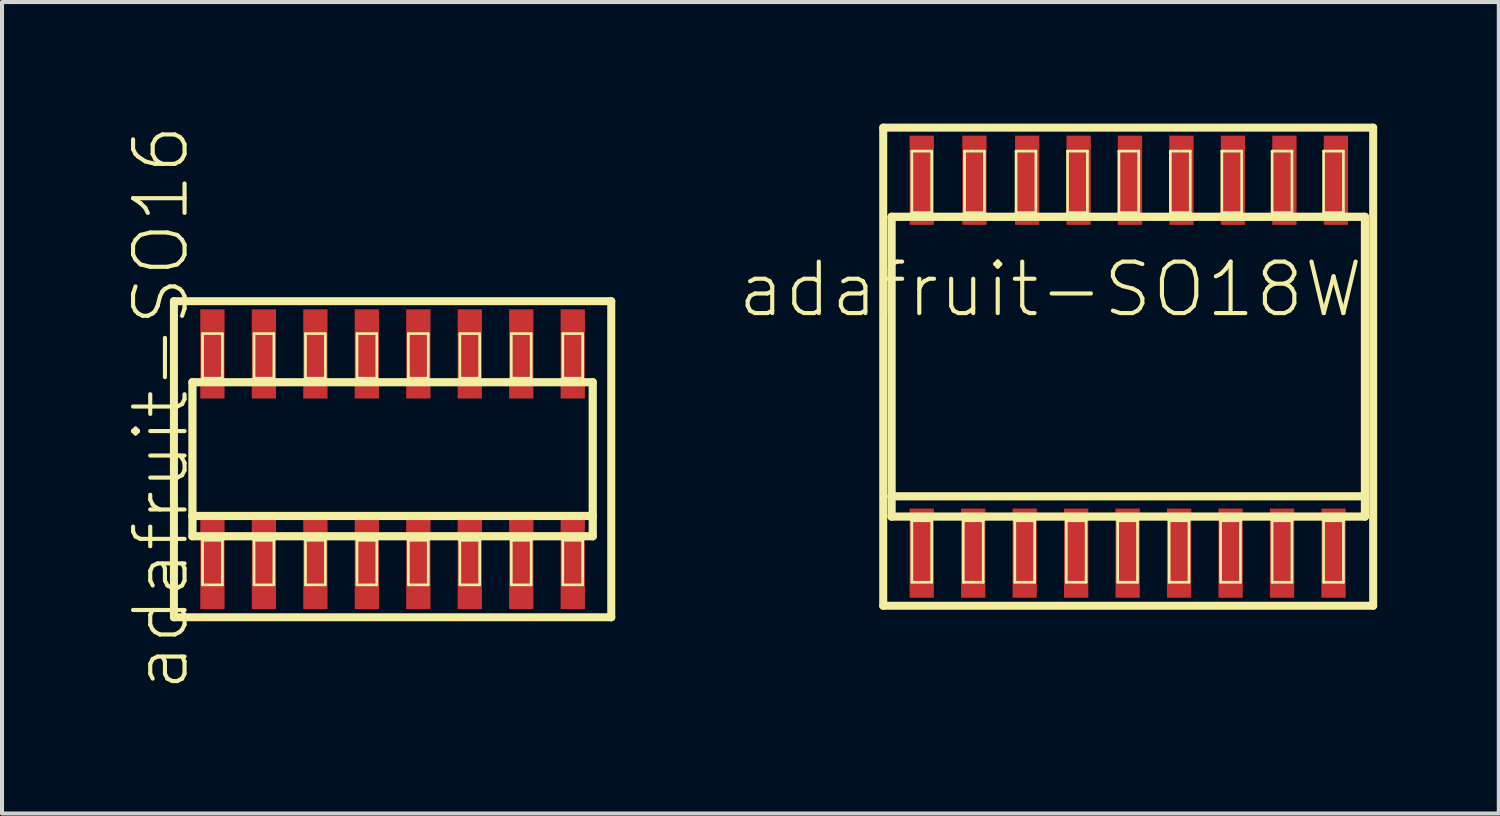
<source format=kicad_pcb>
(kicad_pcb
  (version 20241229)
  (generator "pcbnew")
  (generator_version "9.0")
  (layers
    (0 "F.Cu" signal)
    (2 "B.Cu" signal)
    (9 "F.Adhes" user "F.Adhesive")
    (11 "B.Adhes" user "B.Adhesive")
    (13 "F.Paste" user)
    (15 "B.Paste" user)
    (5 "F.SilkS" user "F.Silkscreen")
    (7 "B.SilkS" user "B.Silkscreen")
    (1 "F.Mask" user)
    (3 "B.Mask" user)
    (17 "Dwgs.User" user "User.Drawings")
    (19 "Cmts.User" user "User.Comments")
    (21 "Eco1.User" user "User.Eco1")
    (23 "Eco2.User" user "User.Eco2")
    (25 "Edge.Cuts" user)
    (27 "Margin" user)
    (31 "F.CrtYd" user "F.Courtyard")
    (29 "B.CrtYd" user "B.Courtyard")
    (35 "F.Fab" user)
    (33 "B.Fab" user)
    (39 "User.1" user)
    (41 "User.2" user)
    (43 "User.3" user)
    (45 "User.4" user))
  (footprint "adafruit-SO16"
    (layer "F.Cu")
    (at 6.636 8.28)
    (property "Reference" "adafruit-SO16" (at -5.715 -1.27 90) (layer "F.SilkS") (effects (font (size 1.27 1.27) (thickness 0.102))))
    (attr smd)
    (fp_line (start -5.395 -3.899) (end 5.395 -3.899) (stroke (width 0.198) (type solid)) (layer "F.SilkS"))
    (fp_line (start -5.395 3.899) (end -5.395 -3.899) (stroke (width 0.198) (type solid)) (layer "F.SilkS"))
    (fp_line (start -4.938 -1.9) (end 4.938 -1.9) (stroke (width 0.203) (type solid)) (layer "F.SilkS"))
    (fp_line (start -4.938 1.4) (end -4.938 -1.9) (stroke (width 0.203) (type solid)) (layer "F.SilkS"))
    (fp_line (start -4.938 1.9) (end -4.938 1.4) (stroke (width 0.203) (type solid)) (layer "F.SilkS"))
    (fp_line (start -4.689 -3.099) (end -4.199 -3.099) (stroke (width 0.066) (type solid)) (layer "F.SilkS"))
    (fp_line (start -4.689 -1.999) (end -4.689 -3.099) (stroke (width 0.066) (type solid)) (layer "F.SilkS"))
    (fp_line (start -4.689 -1.999) (end -4.199 -1.999) (stroke (width 0.066) (type solid)) (layer "F.SilkS"))
    (fp_line (start -4.689 1.999) (end -4.199 1.999) (stroke (width 0.066) (type solid)) (layer "F.SilkS"))
    (fp_line (start -4.689 3.099) (end -4.689 1.999) (stroke (width 0.066) (type solid)) (layer "F.SilkS"))
    (fp_line (start -4.689 3.099) (end -4.199 3.099) (stroke (width 0.066) (type solid)) (layer "F.SilkS"))
    (fp_line (start -4.199 -1.999) (end -4.199 -3.099) (stroke (width 0.066) (type solid)) (layer "F.SilkS"))
    (fp_line (start -4.199 3.099) (end -4.199 1.999) (stroke (width 0.066) (type solid)) (layer "F.SilkS"))
    (fp_line (start -3.419 -3.099) (end -2.929 -3.099) (stroke (width 0.066) (type solid)) (layer "F.SilkS"))
    (fp_line (start -3.419 -1.999) (end -3.419 -3.099) (stroke (width 0.066) (type solid)) (layer "F.SilkS"))
    (fp_line (start -3.419 -1.999) (end -2.929 -1.999) (stroke (width 0.066) (type solid)) (layer "F.SilkS"))
    (fp_line (start -3.419 1.999) (end -2.929 1.999) (stroke (width 0.066) (type solid)) (layer "F.SilkS"))
    (fp_line (start -3.419 3.099) (end -3.419 1.999) (stroke (width 0.066) (type solid)) (layer "F.SilkS"))
    (fp_line (start -3.419 3.099) (end -2.929 3.099) (stroke (width 0.066) (type solid)) (layer "F.SilkS"))
    (fp_line (start -2.929 -1.999) (end -2.929 -3.099) (stroke (width 0.066) (type solid)) (layer "F.SilkS"))
    (fp_line (start -2.929 3.099) (end -2.929 1.999) (stroke (width 0.066) (type solid)) (layer "F.SilkS"))
    (fp_line (start -2.149 -3.099) (end -1.659 -3.099) (stroke (width 0.066) (type solid)) (layer "F.SilkS"))
    (fp_line (start -2.149 -1.999) (end -2.149 -3.099) (stroke (width 0.066) (type solid)) (layer "F.SilkS"))
    (fp_line (start -2.149 -1.999) (end -1.659 -1.999) (stroke (width 0.066) (type solid)) (layer "F.SilkS"))
    (fp_line (start -2.149 1.999) (end -1.659 1.999) (stroke (width 0.066) (type solid)) (layer "F.SilkS"))
    (fp_line (start -2.149 3.099) (end -2.149 1.999) (stroke (width 0.066) (type solid)) (layer "F.SilkS"))
    (fp_line (start -2.149 3.099) (end -1.659 3.099) (stroke (width 0.066) (type solid)) (layer "F.SilkS"))
    (fp_line (start -1.659 -1.999) (end -1.659 -3.099) (stroke (width 0.066) (type solid)) (layer "F.SilkS"))
    (fp_line (start -1.659 3.099) (end -1.659 1.999) (stroke (width 0.066) (type solid)) (layer "F.SilkS"))
    (fp_line (start -0.879 -3.099) (end -0.389 -3.099) (stroke (width 0.066) (type solid)) (layer "F.SilkS"))
    (fp_line (start -0.879 -1.999) (end -0.879 -3.099) (stroke (width 0.066) (type solid)) (layer "F.SilkS"))
    (fp_line (start -0.879 -1.999) (end -0.389 -1.999) (stroke (width 0.066) (type solid)) (layer "F.SilkS"))
    (fp_line (start -0.879 1.999) (end -0.389 1.999) (stroke (width 0.066) (type solid)) (layer "F.SilkS"))
    (fp_line (start -0.879 3.099) (end -0.879 1.999) (stroke (width 0.066) (type solid)) (layer "F.SilkS"))
    (fp_line (start -0.879 3.099) (end -0.389 3.099) (stroke (width 0.066) (type solid)) (layer "F.SilkS"))
    (fp_line (start -0.389 -1.999) (end -0.389 -3.099) (stroke (width 0.066) (type solid)) (layer "F.SilkS"))
    (fp_line (start -0.389 3.099) (end -0.389 1.999) (stroke (width 0.066) (type solid)) (layer "F.SilkS"))
    (fp_line (start 0.389 -3.099) (end 0.879 -3.099) (stroke (width 0.066) (type solid)) (layer "F.SilkS"))
    (fp_line (start 0.389 -1.999) (end 0.389 -3.099) (stroke (width 0.066) (type solid)) (layer "F.SilkS"))
    (fp_line (start 0.389 -1.999) (end 0.879 -1.999) (stroke (width 0.066) (type solid)) (layer "F.SilkS"))
    (fp_line (start 0.389 1.999) (end 0.879 1.999) (stroke (width 0.066) (type solid)) (layer "F.SilkS"))
    (fp_line (start 0.389 3.099) (end 0.389 1.999) (stroke (width 0.066) (type solid)) (layer "F.SilkS"))
    (fp_line (start 0.389 3.099) (end 0.879 3.099) (stroke (width 0.066) (type solid)) (layer "F.SilkS"))
    (fp_line (start 0.879 -1.999) (end 0.879 -3.099) (stroke (width 0.066) (type solid)) (layer "F.SilkS"))
    (fp_line (start 0.879 3.099) (end 0.879 1.999) (stroke (width 0.066) (type solid)) (layer "F.SilkS"))
    (fp_line (start 1.659 -3.099) (end 2.149 -3.099) (stroke (width 0.066) (type solid)) (layer "F.SilkS"))
    (fp_line (start 1.659 -1.999) (end 1.659 -3.099) (stroke (width 0.066) (type solid)) (layer "F.SilkS"))
    (fp_line (start 1.659 -1.999) (end 2.149 -1.999) (stroke (width 0.066) (type solid)) (layer "F.SilkS"))
    (fp_line (start 1.659 1.999) (end 2.149 1.999) (stroke (width 0.066) (type solid)) (layer "F.SilkS"))
    (fp_line (start 1.659 3.099) (end 1.659 1.999) (stroke (width 0.066) (type solid)) (layer "F.SilkS"))
    (fp_line (start 1.659 3.099) (end 2.149 3.099) (stroke (width 0.066) (type solid)) (layer "F.SilkS"))
    (fp_line (start 2.149 -1.999) (end 2.149 -3.099) (stroke (width 0.066) (type solid)) (layer "F.SilkS"))
    (fp_line (start 2.149 3.099) (end 2.149 1.999) (stroke (width 0.066) (type solid)) (layer "F.SilkS"))
    (fp_line (start 2.929 -3.099) (end 3.419 -3.099) (stroke (width 0.066) (type solid)) (layer "F.SilkS"))
    (fp_line (start 2.929 -1.999) (end 2.929 -3.099) (stroke (width 0.066) (type solid)) (layer "F.SilkS"))
    (fp_line (start 2.929 -1.999) (end 3.419 -1.999) (stroke (width 0.066) (type solid)) (layer "F.SilkS"))
    (fp_line (start 2.929 1.999) (end 3.419 1.999) (stroke (width 0.066) (type solid)) (layer "F.SilkS"))
    (fp_line (start 2.929 3.099) (end 2.929 1.999) (stroke (width 0.066) (type solid)) (layer "F.SilkS"))
    (fp_line (start 2.929 3.099) (end 3.419 3.099) (stroke (width 0.066) (type solid)) (layer "F.SilkS"))
    (fp_line (start 3.419 -1.999) (end 3.419 -3.099) (stroke (width 0.066) (type solid)) (layer "F.SilkS"))
    (fp_line (start 3.419 3.099) (end 3.419 1.999) (stroke (width 0.066) (type solid)) (layer "F.SilkS"))
    (fp_line (start 4.199 -3.099) (end 4.689 -3.099) (stroke (width 0.066) (type solid)) (layer "F.SilkS"))
    (fp_line (start 4.199 -1.999) (end 4.199 -3.099) (stroke (width 0.066) (type solid)) (layer "F.SilkS"))
    (fp_line (start 4.199 -1.999) (end 4.689 -1.999) (stroke (width 0.066) (type solid)) (layer "F.SilkS"))
    (fp_line (start 4.199 1.999) (end 4.689 1.999) (stroke (width 0.066) (type solid)) (layer "F.SilkS"))
    (fp_line (start 4.199 3.099) (end 4.199 1.999) (stroke (width 0.066) (type solid)) (layer "F.SilkS"))
    (fp_line (start 4.199 3.099) (end 4.689 3.099) (stroke (width 0.066) (type solid)) (layer "F.SilkS"))
    (fp_line (start 4.689 -1.999) (end 4.689 -3.099) (stroke (width 0.066) (type solid)) (layer "F.SilkS"))
    (fp_line (start 4.689 3.099) (end 4.689 1.999) (stroke (width 0.066) (type solid)) (layer "F.SilkS"))
    (fp_line (start 4.938 -1.9) (end 4.938 1.4) (stroke (width 0.203) (type solid)) (layer "F.SilkS"))
    (fp_line (start 4.938 1.4) (end -4.938 1.4) (stroke (width 0.203) (type solid)) (layer "F.SilkS"))
    (fp_line (start 4.938 1.4) (end 4.938 1.9) (stroke (width 0.203) (type solid)) (layer "F.SilkS"))
    (fp_line (start 4.938 1.9) (end -4.938 1.9) (stroke (width 0.203) (type solid)) (layer "F.SilkS"))
    (fp_line (start 5.395 -3.899) (end 5.395 3.899) (stroke (width 0.198) (type solid)) (layer "F.SilkS"))
    (fp_line (start 5.395 3.899) (end -5.395 3.899) (stroke (width 0.198) (type solid)) (layer "F.SilkS"))
    (pad "1" smd rect (at -4.445 2.598) (size 0.599 2.2) (layers "F.Cu" "F.Mask" "F.Paste"))
    (pad "2" smd rect (at -3.175 2.598) (size 0.599 2.2) (layers "F.Cu" "F.Mask" "F.Paste"))
    (pad "3" smd rect (at -1.905 2.598) (size 0.599 2.2) (layers "F.Cu" "F.Mask" "F.Paste"))
    (pad "4" smd rect (at -0.635 2.598) (size 0.599 2.2) (layers "F.Cu" "F.Mask" "F.Paste"))
    (pad "5" smd rect (at 0.635 2.598) (size 0.599 2.2) (layers "F.Cu" "F.Mask" "F.Paste"))
    (pad "6" smd rect (at 1.905 2.598) (size 0.599 2.2) (layers "F.Cu" "F.Mask" "F.Paste"))
    (pad "7" smd rect (at 3.175 2.598) (size 0.599 2.2) (layers "F.Cu" "F.Mask" "F.Paste"))
    (pad "8" smd rect (at 4.445 2.598) (size 0.599 2.2) (layers "F.Cu" "F.Mask" "F.Paste"))
    (pad "9" smd rect (at 4.445 -2.598) (size 0.599 2.2) (layers "F.Cu" "F.Mask" "F.Paste"))
    (pad "10" smd rect (at 3.175 -2.598) (size 0.599 2.2) (layers "F.Cu" "F.Mask" "F.Paste"))
    (pad "11" smd rect (at 1.905 -2.598) (size 0.599 2.2) (layers "F.Cu" "F.Mask" "F.Paste"))
    (pad "12" smd rect (at 0.635 -2.598) (size 0.599 2.2) (layers "F.Cu" "F.Mask" "F.Paste"))
    (pad "13" smd rect (at -0.635 -2.598) (size 0.599 2.2) (layers "F.Cu" "F.Mask" "F.Paste"))
    (pad "14" smd rect (at -1.905 -2.598) (size 0.599 2.2) (layers "F.Cu" "F.Mask" "F.Paste"))
    (pad "15" smd rect (at -3.175 -2.598) (size 0.599 2.2) (layers "F.Cu" "F.Mask" "F.Paste"))
    (pad "16" smd rect (at -4.445 -2.598) (size 0.599 2.2) (layers "F.Cu" "F.Mask" "F.Paste")))
  (footprint "adafruit-SO18W"
    (layer "F.Cu")
    (at 24.136 5.997)
    (property "Reference" "adafruit-SO18W" (at -1.27 -1.905 0) (layer "F.SilkS") (effects (font (size 1.27 1.27) (thickness 0.102))))
    (attr smd)
    (fp_line (start -5.395 -5.898) (end 6.693 -5.898) (stroke (width 0.198) (type solid)) (layer "F.SilkS"))
    (fp_line (start -5.395 5.898) (end -5.395 -5.898) (stroke (width 0.198) (type solid)) (layer "F.SilkS"))
    (fp_line (start -5.189 -3.698) (end 6.49 -3.698) (stroke (width 0.203) (type solid)) (layer "F.SilkS"))
    (fp_line (start -5.189 3.198) (end -5.189 -3.698) (stroke (width 0.203) (type solid)) (layer "F.SilkS"))
    (fp_line (start -5.189 3.698) (end -5.189 3.198) (stroke (width 0.203) (type solid)) (layer "F.SilkS"))
    (fp_line (start -4.689 -5.319) (end -4.199 -5.319) (stroke (width 0.066) (type solid)) (layer "F.SilkS"))
    (fp_line (start -4.689 -3.8) (end -4.689 -5.319) (stroke (width 0.066) (type solid)) (layer "F.SilkS"))
    (fp_line (start -4.689 -3.8) (end -4.199 -3.8) (stroke (width 0.066) (type solid)) (layer "F.SilkS"))
    (fp_line (start -4.689 3.8) (end -4.199 3.8) (stroke (width 0.066) (type solid)) (layer "F.SilkS"))
    (fp_line (start -4.689 5.319) (end -4.689 3.8) (stroke (width 0.066) (type solid)) (layer "F.SilkS"))
    (fp_line (start -4.689 5.319) (end -4.199 5.319) (stroke (width 0.066) (type solid)) (layer "F.SilkS"))
    (fp_line (start -4.199 -3.8) (end -4.199 -5.319) (stroke (width 0.066) (type solid)) (layer "F.SilkS"))
    (fp_line (start -4.199 5.319) (end -4.199 3.8) (stroke (width 0.066) (type solid)) (layer "F.SilkS"))
    (fp_line (start -3.419 3.8) (end -2.929 3.8) (stroke (width 0.066) (type solid)) (layer "F.SilkS"))
    (fp_line (start -3.419 5.319) (end -3.419 3.8) (stroke (width 0.066) (type solid)) (layer "F.SilkS"))
    (fp_line (start -3.419 5.319) (end -2.929 5.319) (stroke (width 0.066) (type solid)) (layer "F.SilkS"))
    (fp_line (start -3.388 -5.319) (end -2.898 -5.319) (stroke (width 0.066) (type solid)) (layer "F.SilkS"))
    (fp_line (start -3.388 -3.8) (end -3.388 -5.319) (stroke (width 0.066) (type solid)) (layer "F.SilkS"))
    (fp_line (start -3.388 -3.8) (end -2.898 -3.8) (stroke (width 0.066) (type solid)) (layer "F.SilkS"))
    (fp_line (start -2.929 5.319) (end -2.929 3.8) (stroke (width 0.066) (type solid)) (layer "F.SilkS"))
    (fp_line (start -2.898 -3.8) (end -2.898 -5.319) (stroke (width 0.066) (type solid)) (layer "F.SilkS"))
    (fp_line (start -2.149 3.8) (end -1.659 3.8) (stroke (width 0.066) (type solid)) (layer "F.SilkS"))
    (fp_line (start -2.149 5.319) (end -2.149 3.8) (stroke (width 0.066) (type solid)) (layer "F.SilkS"))
    (fp_line (start -2.149 5.319) (end -1.659 5.319) (stroke (width 0.066) (type solid)) (layer "F.SilkS"))
    (fp_line (start -2.118 -5.319) (end -1.628 -5.319) (stroke (width 0.066) (type solid)) (layer "F.SilkS"))
    (fp_line (start -2.118 -3.8) (end -2.118 -5.319) (stroke (width 0.066) (type solid)) (layer "F.SilkS"))
    (fp_line (start -2.118 -3.8) (end -1.628 -3.8) (stroke (width 0.066) (type solid)) (layer "F.SilkS"))
    (fp_line (start -1.659 5.319) (end -1.659 3.8) (stroke (width 0.066) (type solid)) (layer "F.SilkS"))
    (fp_line (start -1.628 -3.8) (end -1.628 -5.319) (stroke (width 0.066) (type solid)) (layer "F.SilkS"))
    (fp_line (start -0.879 3.8) (end -0.389 3.8) (stroke (width 0.066) (type solid)) (layer "F.SilkS"))
    (fp_line (start -0.879 5.319) (end -0.879 3.8) (stroke (width 0.066) (type solid)) (layer "F.SilkS"))
    (fp_line (start -0.879 5.319) (end -0.389 5.319) (stroke (width 0.066) (type solid)) (layer "F.SilkS"))
    (fp_line (start -0.848 -5.319) (end -0.358 -5.319) (stroke (width 0.066) (type solid)) (layer "F.SilkS"))
    (fp_line (start -0.848 -3.8) (end -0.848 -5.319) (stroke (width 0.066) (type solid)) (layer "F.SilkS"))
    (fp_line (start -0.848 -3.8) (end -0.358 -3.8) (stroke (width 0.066) (type solid)) (layer "F.SilkS"))
    (fp_line (start -0.389 5.319) (end -0.389 3.8) (stroke (width 0.066) (type solid)) (layer "F.SilkS"))
    (fp_line (start -0.358 -3.8) (end -0.358 -5.319) (stroke (width 0.066) (type solid)) (layer "F.SilkS"))
    (fp_line (start 0.389 3.8) (end 0.879 3.8) (stroke (width 0.066) (type solid)) (layer "F.SilkS"))
    (fp_line (start 0.389 5.319) (end 0.389 3.8) (stroke (width 0.066) (type solid)) (layer "F.SilkS"))
    (fp_line (start 0.389 5.319) (end 0.879 5.319) (stroke (width 0.066) (type solid)) (layer "F.SilkS"))
    (fp_line (start 0.419 -5.319) (end 0.909 -5.319) (stroke (width 0.066) (type solid)) (layer "F.SilkS"))
    (fp_line (start 0.419 -3.8) (end 0.419 -5.319) (stroke (width 0.066) (type solid)) (layer "F.SilkS"))
    (fp_line (start 0.419 -3.8) (end 0.909 -3.8) (stroke (width 0.066) (type solid)) (layer "F.SilkS"))
    (fp_line (start 0.879 5.319) (end 0.879 3.8) (stroke (width 0.066) (type solid)) (layer "F.SilkS"))
    (fp_line (start 0.909 -3.8) (end 0.909 -5.319) (stroke (width 0.066) (type solid)) (layer "F.SilkS"))
    (fp_line (start 1.659 3.8) (end 2.149 3.8) (stroke (width 0.066) (type solid)) (layer "F.SilkS"))
    (fp_line (start 1.659 5.319) (end 1.659 3.8) (stroke (width 0.066) (type solid)) (layer "F.SilkS"))
    (fp_line (start 1.659 5.319) (end 2.149 5.319) (stroke (width 0.066) (type solid)) (layer "F.SilkS"))
    (fp_line (start 1.689 -5.319) (end 2.179 -5.319) (stroke (width 0.066) (type solid)) (layer "F.SilkS"))
    (fp_line (start 1.689 -3.8) (end 1.689 -5.319) (stroke (width 0.066) (type solid)) (layer "F.SilkS"))
    (fp_line (start 1.689 -3.8) (end 2.179 -3.8) (stroke (width 0.066) (type solid)) (layer "F.SilkS"))
    (fp_line (start 2.149 5.319) (end 2.149 3.8) (stroke (width 0.066) (type solid)) (layer "F.SilkS"))
    (fp_line (start 2.179 -3.8) (end 2.179 -5.319) (stroke (width 0.066) (type solid)) (layer "F.SilkS"))
    (fp_line (start 2.929 3.8) (end 3.419 3.8) (stroke (width 0.066) (type solid)) (layer "F.SilkS"))
    (fp_line (start 2.929 5.319) (end 2.929 3.8) (stroke (width 0.066) (type solid)) (layer "F.SilkS"))
    (fp_line (start 2.929 5.319) (end 3.419 5.319) (stroke (width 0.066) (type solid)) (layer "F.SilkS"))
    (fp_line (start 2.959 -5.319) (end 3.449 -5.319) (stroke (width 0.066) (type solid)) (layer "F.SilkS"))
    (fp_line (start 2.959 -3.8) (end 2.959 -5.319) (stroke (width 0.066) (type solid)) (layer "F.SilkS"))
    (fp_line (start 2.959 -3.8) (end 3.449 -3.8) (stroke (width 0.066) (type solid)) (layer "F.SilkS"))
    (fp_line (start 3.419 5.319) (end 3.419 3.8) (stroke (width 0.066) (type solid)) (layer "F.SilkS"))
    (fp_line (start 3.449 -3.8) (end 3.449 -5.319) (stroke (width 0.066) (type solid)) (layer "F.SilkS"))
    (fp_line (start 4.199 -5.319) (end 4.689 -5.319) (stroke (width 0.066) (type solid)) (layer "F.SilkS"))
    (fp_line (start 4.199 -3.8) (end 4.199 -5.319) (stroke (width 0.066) (type solid)) (layer "F.SilkS"))
    (fp_line (start 4.199 -3.8) (end 4.689 -3.8) (stroke (width 0.066) (type solid)) (layer "F.SilkS"))
    (fp_line (start 4.199 3.8) (end 4.689 3.8) (stroke (width 0.066) (type solid)) (layer "F.SilkS"))
    (fp_line (start 4.199 5.319) (end 4.199 3.8) (stroke (width 0.066) (type solid)) (layer "F.SilkS"))
    (fp_line (start 4.199 5.319) (end 4.689 5.319) (stroke (width 0.066) (type solid)) (layer "F.SilkS"))
    (fp_line (start 4.689 -3.8) (end 4.689 -5.319) (stroke (width 0.066) (type solid)) (layer "F.SilkS"))
    (fp_line (start 4.689 5.319) (end 4.689 3.8) (stroke (width 0.066) (type solid)) (layer "F.SilkS"))
    (fp_line (start 5.469 -5.319) (end 5.959 -5.319) (stroke (width 0.066) (type solid)) (layer "F.SilkS"))
    (fp_line (start 5.469 -3.8) (end 5.469 -5.319) (stroke (width 0.066) (type solid)) (layer "F.SilkS"))
    (fp_line (start 5.469 -3.8) (end 5.959 -3.8) (stroke (width 0.066) (type solid)) (layer "F.SilkS"))
    (fp_line (start 5.469 3.8) (end 5.959 3.8) (stroke (width 0.066) (type solid)) (layer "F.SilkS"))
    (fp_line (start 5.469 5.319) (end 5.469 3.8) (stroke (width 0.066) (type solid)) (layer "F.SilkS"))
    (fp_line (start 5.469 5.319) (end 5.959 5.319) (stroke (width 0.066) (type solid)) (layer "F.SilkS"))
    (fp_line (start 5.959 -3.8) (end 5.959 -5.319) (stroke (width 0.066) (type solid)) (layer "F.SilkS"))
    (fp_line (start 5.959 5.319) (end 5.959 3.8) (stroke (width 0.066) (type solid)) (layer "F.SilkS"))
    (fp_line (start 6.49 -3.698) (end 6.49 3.198) (stroke (width 0.203) (type solid)) (layer "F.SilkS"))
    (fp_line (start 6.49 3.198) (end -5.189 3.198) (stroke (width 0.203) (type solid)) (layer "F.SilkS"))
    (fp_line (start 6.49 3.198) (end 6.49 3.698) (stroke (width 0.203) (type solid)) (layer "F.SilkS"))
    (fp_line (start 6.49 3.698) (end -5.189 3.698) (stroke (width 0.203) (type solid)) (layer "F.SilkS"))
    (fp_line (start 6.693 -5.898) (end 6.693 5.898) (stroke (width 0.198) (type solid)) (layer "F.SilkS"))
    (fp_line (start 6.693 5.898) (end -5.395 5.898) (stroke (width 0.198) (type solid)) (layer "F.SilkS"))
    (pad "1" smd rect (at -4.445 4.6) (size 0.599 2.2) (layers "F.Cu" "F.Mask" "F.Paste"))
    (pad "2" smd rect (at -3.175 4.6) (size 0.599 2.2) (layers "F.Cu" "F.Mask" "F.Paste"))
    (pad "3" smd rect (at -1.905 4.6) (size 0.599 2.2) (layers "F.Cu" "F.Mask" "F.Paste"))
    (pad "4" smd rect (at -0.635 4.6) (size 0.599 2.2) (layers "F.Cu" "F.Mask" "F.Paste"))
    (pad "5" smd rect (at 0.635 4.6) (size 0.599 2.2) (layers "F.Cu" "F.Mask" "F.Paste"))
    (pad "6" smd rect (at 1.905 4.6) (size 0.599 2.2) (layers "F.Cu" "F.Mask" "F.Paste"))
    (pad "7" smd rect (at 3.175 4.6) (size 0.599 2.2) (layers "F.Cu" "F.Mask" "F.Paste"))
    (pad "8" smd rect (at 4.445 4.6) (size 0.599 2.2) (layers "F.Cu" "F.Mask" "F.Paste"))
    (pad "9" smd rect (at 5.715 4.6) (size 0.599 2.2) (layers "F.Cu" "F.Mask" "F.Paste"))
    (pad "10" smd rect (at 5.773 -4.6) (size 0.599 2.2) (layers "F.Cu" "F.Mask" "F.Paste"))
    (pad "11" smd rect (at 4.503 -4.6) (size 0.599 2.2) (layers "F.Cu" "F.Mask" "F.Paste"))
    (pad "12" smd rect (at 3.233 -4.6) (size 0.599 2.2) (layers "F.Cu" "F.Mask" "F.Paste"))
    (pad "13" smd rect (at 1.963 -4.6) (size 0.599 2.2) (layers "F.Cu" "F.Mask" "F.Paste"))
    (pad "14" smd rect (at 0.693 -4.6) (size 0.599 2.2) (layers "F.Cu" "F.Mask" "F.Paste"))
    (pad "15" smd rect (at -0.574 -4.6) (size 0.599 2.2) (layers "F.Cu" "F.Mask" "F.Paste"))
    (pad "16" smd rect (at -1.844 -4.6) (size 0.599 2.2) (layers "F.Cu" "F.Mask" "F.Paste"))
    (pad "17" smd rect (at -3.145 -4.6) (size 0.599 2.2) (layers "F.Cu" "F.Mask" "F.Paste"))
    (pad "18" smd rect (at -4.445 -4.6) (size 0.599 2.2) (layers "F.Cu" "F.Mask" "F.Paste")))
  (gr_rect
    (start -3 -3)
    (end 33.928 17.021)
    (stroke (width 0.1) (type default))
    (fill no)
    (layer "Edge.Cuts")))
</source>
